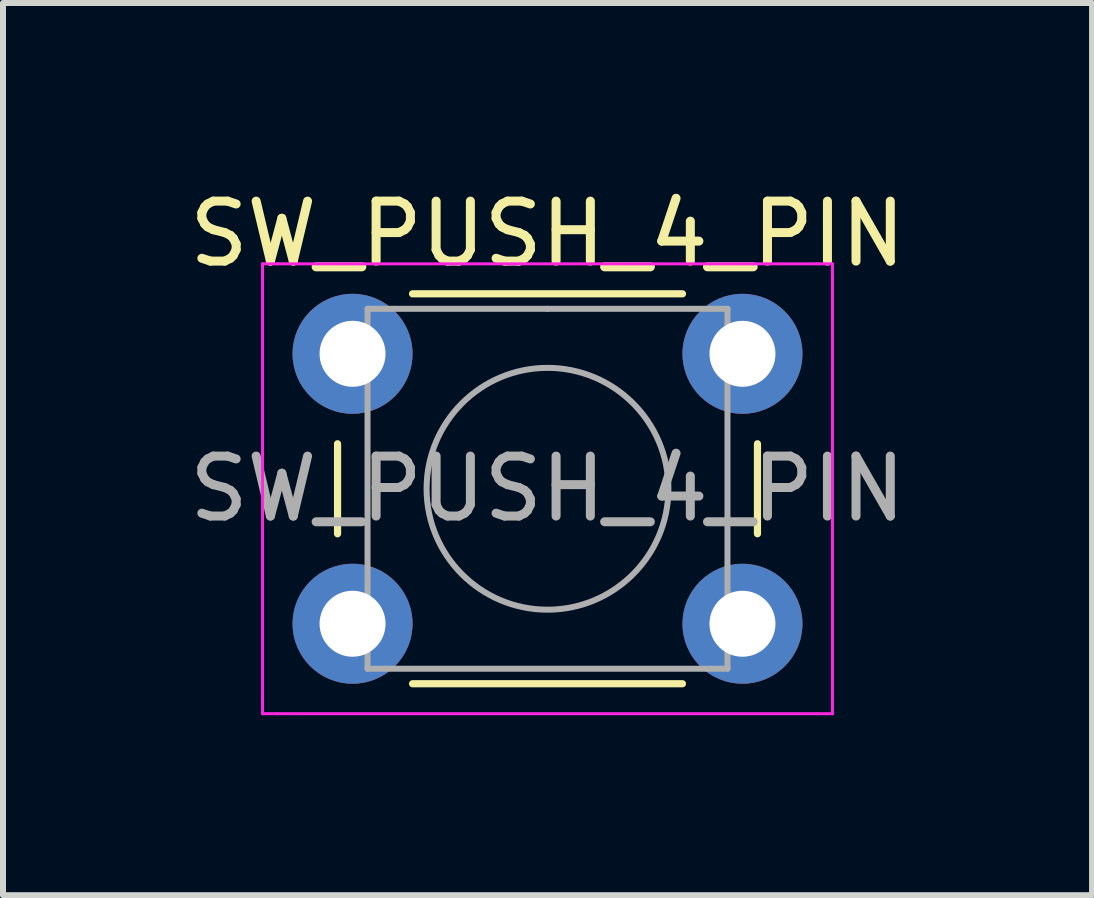
<source format=kicad_pcb>
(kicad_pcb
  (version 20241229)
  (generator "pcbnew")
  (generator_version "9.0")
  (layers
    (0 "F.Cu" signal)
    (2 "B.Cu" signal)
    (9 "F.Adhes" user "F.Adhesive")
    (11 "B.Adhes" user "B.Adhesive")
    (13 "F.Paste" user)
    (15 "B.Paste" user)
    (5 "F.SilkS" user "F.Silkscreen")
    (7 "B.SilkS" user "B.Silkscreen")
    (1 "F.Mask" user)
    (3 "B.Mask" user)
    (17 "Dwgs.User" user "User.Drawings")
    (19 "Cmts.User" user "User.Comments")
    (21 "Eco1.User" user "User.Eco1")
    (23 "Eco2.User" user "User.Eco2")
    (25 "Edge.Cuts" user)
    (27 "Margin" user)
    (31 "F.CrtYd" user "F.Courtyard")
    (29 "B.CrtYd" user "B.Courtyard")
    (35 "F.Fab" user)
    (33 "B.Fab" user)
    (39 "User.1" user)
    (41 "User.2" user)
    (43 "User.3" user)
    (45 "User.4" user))
  (footprint "SW_PUSH_4_PIN"
    (layer "F.Cu")
    (at 2.827 2.848)
    (property "Reference" "SW_PUSH_4_PIN" (at 3.25 -2 0) (layer "F.SilkS") (effects (font (size 1 1) (thickness 0.15))))
    (attr through_hole)
    (fp_line (start -0.25 1.5) (end -0.25 3) (stroke (width 0.12) (type solid)) (layer "F.SilkS"))
    (fp_line (start 1 5.5) (end 5.5 5.5) (stroke (width 0.12) (type solid)) (layer "F.SilkS"))
    (fp_line (start 5.5 -1) (end 1 -1) (stroke (width 0.12) (type solid)) (layer "F.SilkS"))
    (fp_line (start 6.75 3) (end 6.75 1.5) (stroke (width 0.12) (type solid)) (layer "F.SilkS"))
    (fp_line (start -1.5 -1.5) (end -1.25 -1.5) (stroke (width 0.05) (type solid)) (layer "F.CrtYd"))
    (fp_line (start -1.5 -1.25) (end -1.5 -1.5) (stroke (width 0.05) (type solid)) (layer "F.CrtYd"))
    (fp_line (start -1.5 5.75) (end -1.5 -1.25) (stroke (width 0.05) (type solid)) (layer "F.CrtYd"))
    (fp_line (start -1.5 5.75) (end -1.5 6) (stroke (width 0.05) (type solid)) (layer "F.CrtYd"))
    (fp_line (start -1.5 6) (end -1.25 6) (stroke (width 0.05) (type solid)) (layer "F.CrtYd"))
    (fp_line (start -1.25 -1.5) (end 7.75 -1.5) (stroke (width 0.05) (type solid)) (layer "F.CrtYd"))
    (fp_line (start 7.75 -1.5) (end 8 -1.5) (stroke (width 0.05) (type solid)) (layer "F.CrtYd"))
    (fp_line (start 7.75 6) (end -1.25 6) (stroke (width 0.05) (type solid)) (layer "F.CrtYd"))
    (fp_line (start 7.75 6) (end 8 6) (stroke (width 0.05) (type solid)) (layer "F.CrtYd"))
    (fp_line (start 8 -1.5) (end 8 -1.25) (stroke (width 0.05) (type solid)) (layer "F.CrtYd"))
    (fp_line (start 8 -1.25) (end 8 5.75) (stroke (width 0.05) (type solid)) (layer "F.CrtYd"))
    (fp_line (start 8 6) (end 8 5.75) (stroke (width 0.05) (type solid)) (layer "F.CrtYd"))
    (fp_line (start 0.25 -0.75) (end 3.25 -0.75) (stroke (width 0.1) (type solid)) (layer "F.Fab"))
    (fp_line (start 0.25 5.25) (end 0.25 -0.75) (stroke (width 0.1) (type solid)) (layer "F.Fab"))
    (fp_line (start 3.25 -0.75) (end 6.25 -0.75) (stroke (width 0.1) (type solid)) (layer "F.Fab"))
    (fp_line (start 6.25 -0.75) (end 6.25 5.25) (stroke (width 0.1) (type solid)) (layer "F.Fab"))
    (fp_line (start 6.25 5.25) (end 0.25 5.25) (stroke (width 0.1) (type solid)) (layer "F.Fab"))
    (fp_circle (center 3.25 2.25) (end 1.25 2.5) (stroke (width 0.1) (type solid)) (fill no) (layer "F.Fab"))
    (fp_text user "${REFERENCE}" (at 3.25 2.25 0) (layer "F.Fab") (effects (font (size 1 1) (thickness 0.15))))
    (pad "1" thru_hole circle (at 0 0 90) (size 2 2) (drill 1.1) (layers "*.Cu" "*.Mask"))
    (pad "2" thru_hole circle (at 0 4.5 90) (size 2 2) (drill 1.1) (layers "*.Cu" "*.Mask"))
    (pad "3" thru_hole circle (at 6.5 0 90) (size 2 2) (drill 1.1) (layers "*.Cu" "*.Mask"))
    (pad "4" thru_hole circle (at 6.5 4.5 90) (size 2 2) (drill 1.1) (layers "*.Cu" "*.Mask")))
  (gr_rect
    (start -3 -3)
    (end 15.155 11.873)
    (stroke (width 0.1) (type default))
    (fill no)
    (layer "Edge.Cuts")))
</source>
